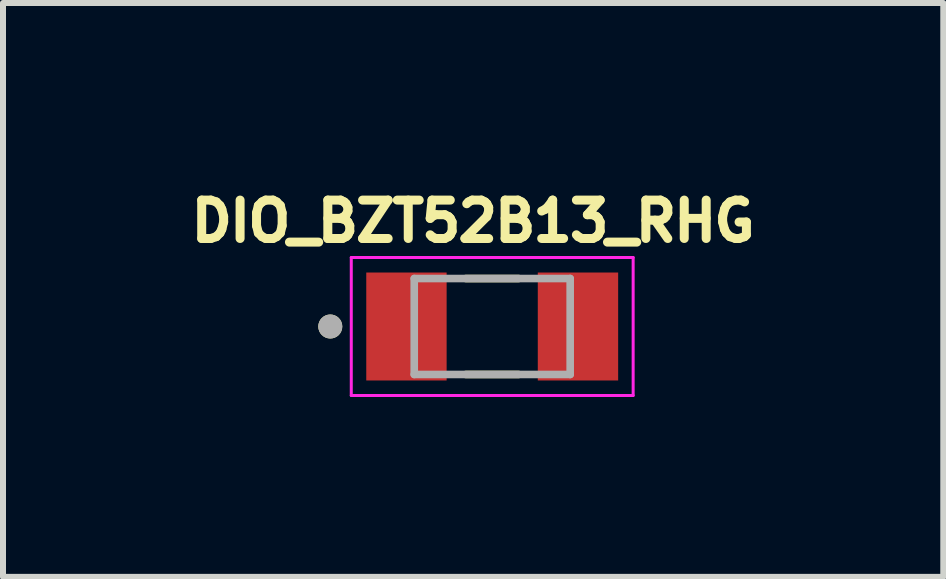
<source format=kicad_pcb>
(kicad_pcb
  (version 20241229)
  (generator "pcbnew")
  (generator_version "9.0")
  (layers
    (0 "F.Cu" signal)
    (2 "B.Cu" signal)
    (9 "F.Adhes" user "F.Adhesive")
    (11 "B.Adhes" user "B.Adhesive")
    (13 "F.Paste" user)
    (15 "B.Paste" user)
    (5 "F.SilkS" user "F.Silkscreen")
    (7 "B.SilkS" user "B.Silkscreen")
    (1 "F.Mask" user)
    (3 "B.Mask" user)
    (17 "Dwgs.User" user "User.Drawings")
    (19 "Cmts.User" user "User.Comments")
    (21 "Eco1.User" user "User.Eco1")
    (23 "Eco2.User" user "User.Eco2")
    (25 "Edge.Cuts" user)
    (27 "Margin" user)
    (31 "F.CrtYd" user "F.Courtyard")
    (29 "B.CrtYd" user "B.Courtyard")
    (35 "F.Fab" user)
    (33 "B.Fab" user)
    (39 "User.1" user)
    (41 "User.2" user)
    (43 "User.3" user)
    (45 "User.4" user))
  (footprint "DIO_BZT52B13_RHG"
    (layer "F.Cu")
    (at 5.157 2.394)
    (property "Reference" "DIO_BZT52B13_RHG" (at -0.318 -1.756 0) (layer "F.SilkS") (effects (font (size 0.64 0.64) (thickness 0.15))))
    (attr smd)
    (fp_line (start -0.44 0.8) (end 0.44 0.8) (stroke (width 0.127) (type solid)) (layer "F.SilkS"))
    (fp_line (start 0.44 -0.8) (end -0.44 -0.8) (stroke (width 0.127) (type solid)) (layer "F.SilkS"))
    (fp_circle (center -2.7 0) (end -2.6 0) (stroke (width 0.2) (type solid)) (fill no) (layer "F.SilkS"))
    (fp_line (start -2.35 -1.15) (end -2.35 1.15) (stroke (width 0.05) (type solid)) (layer "F.CrtYd"))
    (fp_line (start -2.35 1.15) (end 2.35 1.15) (stroke (width 0.05) (type solid)) (layer "F.CrtYd"))
    (fp_line (start 2.35 -1.15) (end -2.35 -1.15) (stroke (width 0.05) (type solid)) (layer "F.CrtYd"))
    (fp_line (start 2.35 1.15) (end 2.35 -1.15) (stroke (width 0.05) (type solid)) (layer "F.CrtYd"))
    (fp_line (start -1.3 -0.8) (end -1.3 0.8) (stroke (width 0.127) (type solid)) (layer "F.Fab"))
    (fp_line (start -1.3 0.8) (end 1.3 0.8) (stroke (width 0.127) (type solid)) (layer "F.Fab"))
    (fp_line (start 1.3 -0.8) (end -1.3 -0.8) (stroke (width 0.127) (type solid)) (layer "F.Fab"))
    (fp_line (start 1.3 0.8) (end 1.3 -0.8) (stroke (width 0.127) (type solid)) (layer "F.Fab"))
    (fp_circle (center -2.7 0) (end -2.6 0) (stroke (width 0.2) (type solid)) (fill no) (layer "F.Fab"))
    (pad "A" smd rect (at 1.43 0) (size 1.34 1.8) (layers "F.Cu" "F.Mask" "F.Paste"))
    (pad "C" smd rect (at -1.43 0) (size 1.34 1.8) (layers "F.Cu" "F.Mask" "F.Paste")))
  (gr_rect
    (start -3 -3)
    (end 12.678 6.569)
    (stroke (width 0.1) (type default))
    (fill no)
    (layer "Edge.Cuts")))
</source>
